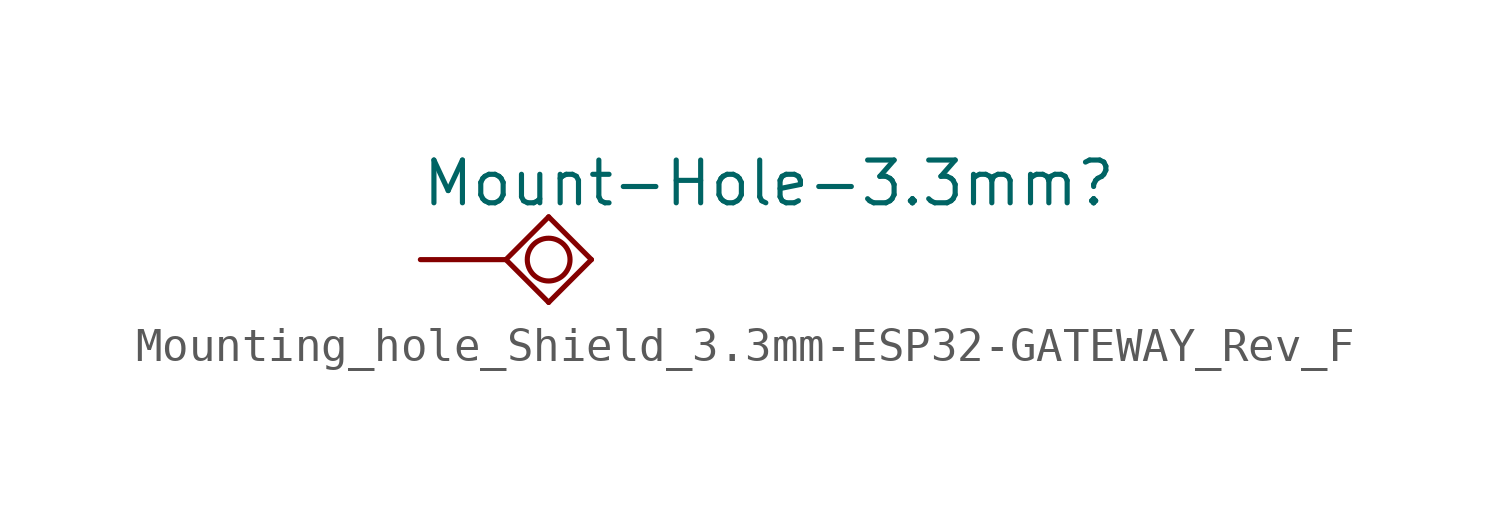
<source format=kicad_sym>
(kicad_symbol_lib
  (version 20220914)
  (generator kicad_symbol_editor)
  (symbol "Mounting_hole_Shield_3.3mm-ESP32-GATEWAY_Rev_F"
    (pin_numbers hide)
    (pin_names
      (offset 0) hide)
    (property "Reference" "Mount-Hole-3.3mm"
      (at -2.54 1.524 0)
      (effects (font (size 1.27 1.27)) (justify left bottom)))
    (property "Datasheet" ""
      (at 0 0 90)
      (effects (font (size 1.524 1.524))))
    (symbol "Mounting_hole_Shield_3.3mm-ESP32-GATEWAY_Rev_F_1_0"
      (polyline (pts (xy 0 0) (xy 1.27 -1.27)) (stroke (width 0) (type solid)) (fill (type none)))
      (polyline (pts (xy 1.27 -1.27) (xy 2.54 0)) (stroke (width 0) (type solid)) (fill (type none)))
      (polyline (pts (xy 1.27 1.27) (xy 0 0)) (stroke (width 0) (type solid)) (fill (type none)))
      (polyline (pts (xy 2.54 0) (xy 1.27 1.27)) (stroke (width 0) (type solid)) (fill (type none))))
    (symbol "Mounting_hole_Shield_3.3mm-ESP32-GATEWAY_Rev_F_1_1"
      (circle (center 1.27 0) (radius 0.635) (stroke (width 0) (type solid)) (fill (type none)))
      (pin passive line (at -2.54 0 0) (length 2.54) (name "GND1" (effects (font (size 1.016 1.016)))) (number "GND1" (effects (font (size 1.016 1.016))))))))
</source>
